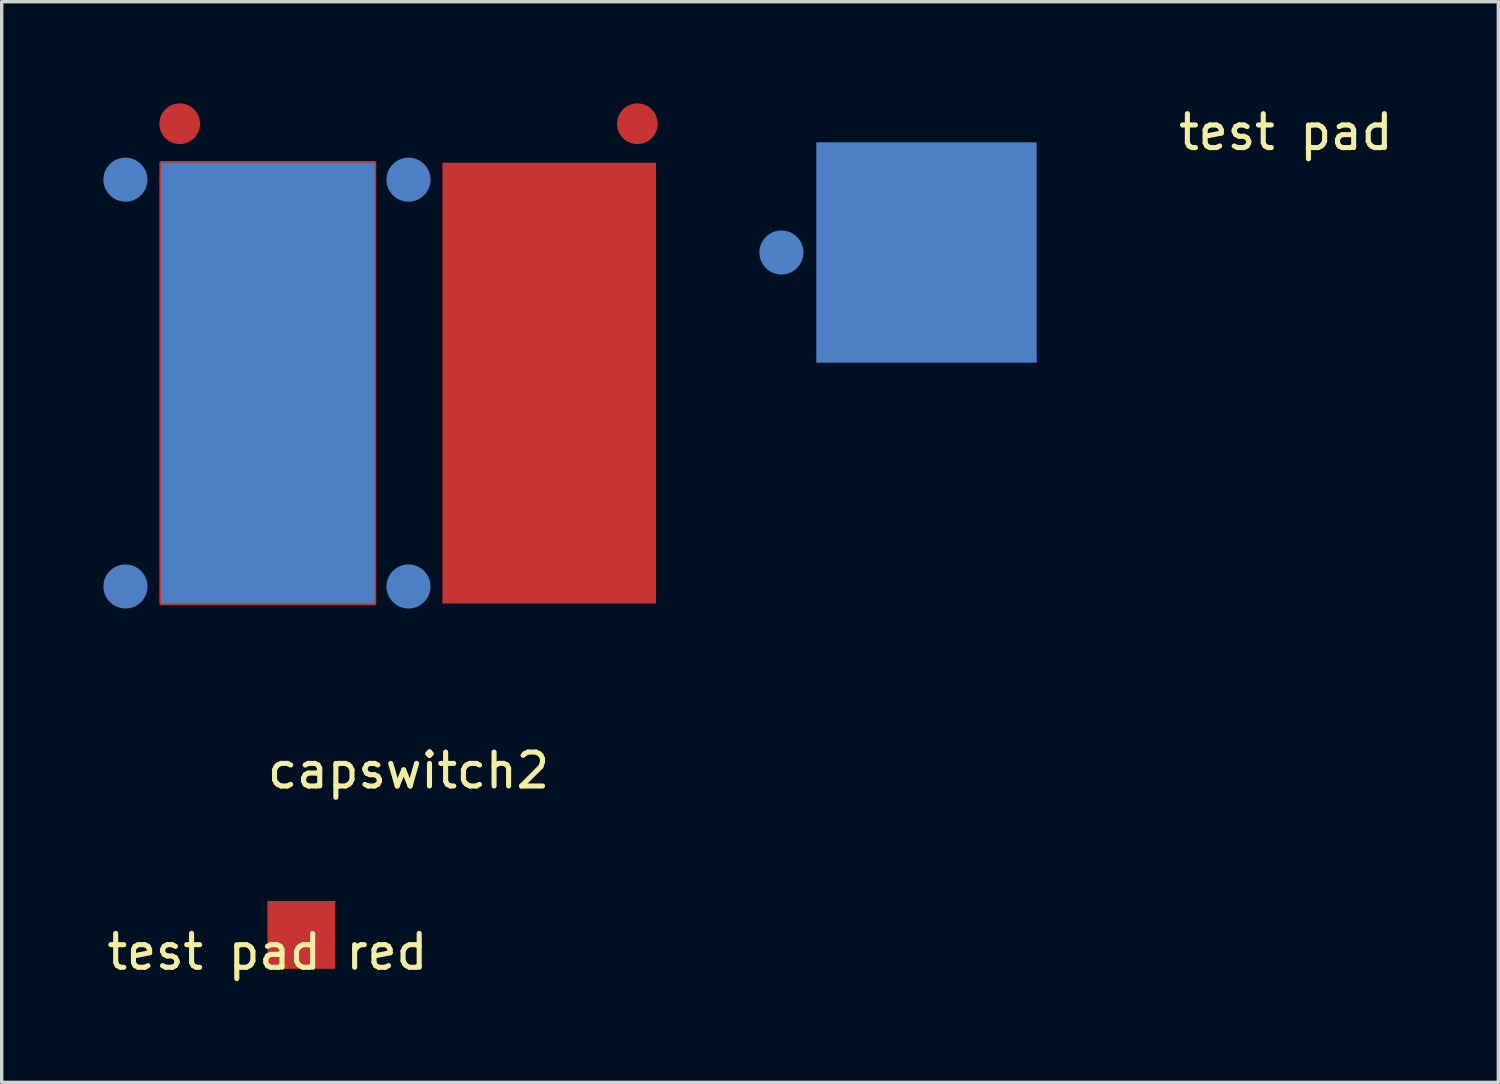
<source format=kicad_pcb>
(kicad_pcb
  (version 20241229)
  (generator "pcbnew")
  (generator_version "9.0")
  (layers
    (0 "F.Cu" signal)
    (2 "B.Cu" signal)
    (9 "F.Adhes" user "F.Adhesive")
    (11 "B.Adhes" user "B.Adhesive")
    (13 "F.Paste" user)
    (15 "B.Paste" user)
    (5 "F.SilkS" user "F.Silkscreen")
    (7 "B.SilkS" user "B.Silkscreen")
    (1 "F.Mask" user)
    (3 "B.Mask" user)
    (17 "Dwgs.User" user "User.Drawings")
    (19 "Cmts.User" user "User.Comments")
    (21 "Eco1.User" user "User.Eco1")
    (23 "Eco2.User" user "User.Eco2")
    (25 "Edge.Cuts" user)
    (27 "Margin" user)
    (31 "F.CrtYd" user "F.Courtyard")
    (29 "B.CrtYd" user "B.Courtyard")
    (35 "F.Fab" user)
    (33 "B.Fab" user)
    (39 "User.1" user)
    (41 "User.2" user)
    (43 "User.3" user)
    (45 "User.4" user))
  (footprint "test pad"
    (layer "F.Cu")
    (at 27.53 1.148)
    (property "Reference" "test pad" (at 7.35 -0.3 0) (unlocked yes) (layer "F.SilkS") (effects (font (size 1 1) (thickness 0.15))))
    (attr smd)
    (pad "DRIVE" connect rect (at -3.25 3.25) (size 6.5 6.5) (layers "B.Cu"))
    (pad "GND" connect circle (at -7.53 3.25) (size 1.3 1.3) (layers "B.Cu")))
  (footprint "capswitch2"
    (layer "F.Cu")
    (at 9 8.25)
    (property "Reference" "capswitch2" (at 0 11.43 0) (layer "F.SilkS") (effects (font (size 1 1) (thickness 0.15))))
    (attr through_hole)
    (fp_circle (center -6.75 -7.65) (end -6.25 -7.65) (stroke (width 0.2) (type solid)) (fill yes) (layer "F.Cu"))
    (fp_circle (center 6.75 -7.65) (end 7.25 -7.65) (stroke (width 0.2) (type solid)) (fill yes) (layer "F.Cu"))
    (fp_poly (pts (xy -1 6.5) (xy -7.3 6.5) (xy -7.3 -6.5) (xy -1 -6.5)) (stroke (width 0.1) (type solid)) (fill yes) (layer "F.Cu"))
    (pad "DRIVE" connect rect (at -4.15 0) (size 6.3 13) (layers "B.Cu"))
    (pad "GND" connect circle (at -8.35 -6) (size 1.3 1.3) (layers "B.Cu"))
    (pad "GND" connect circle (at -8.35 6) (size 1.3 1.3) (layers "B.Cu"))
    (pad "GND" connect circle (at 0 -6) (size 1.3 1.3) (layers "B.Cu"))
    (pad "GND" connect circle (at 0 6) (size 1.3 1.3) (layers "B.Cu"))
    (pad "SENSE" connect rect (at 4.15 0) (size 6.3 13) (layers "F.Cu")))
  (footprint "test pad red"
    (layer "F.Cu")
    (at 4.839 25.528)
    (property "Reference" "test pad red" (at 0 -0.5 0) (unlocked yes) (layer "F.SilkS") (effects (font (size 1 1) (thickness 0.15))))
    (attr smd)
    (pad "SENSE" connect rect (at 1 -1) (size 2 2) (layers "F.Cu")))
  (gr_rect
    (start -3 -3)
    (end 41.148 28.877)
    (stroke (width 0.1) (type default))
    (fill no)
    (layer "Edge.Cuts")))
</source>
